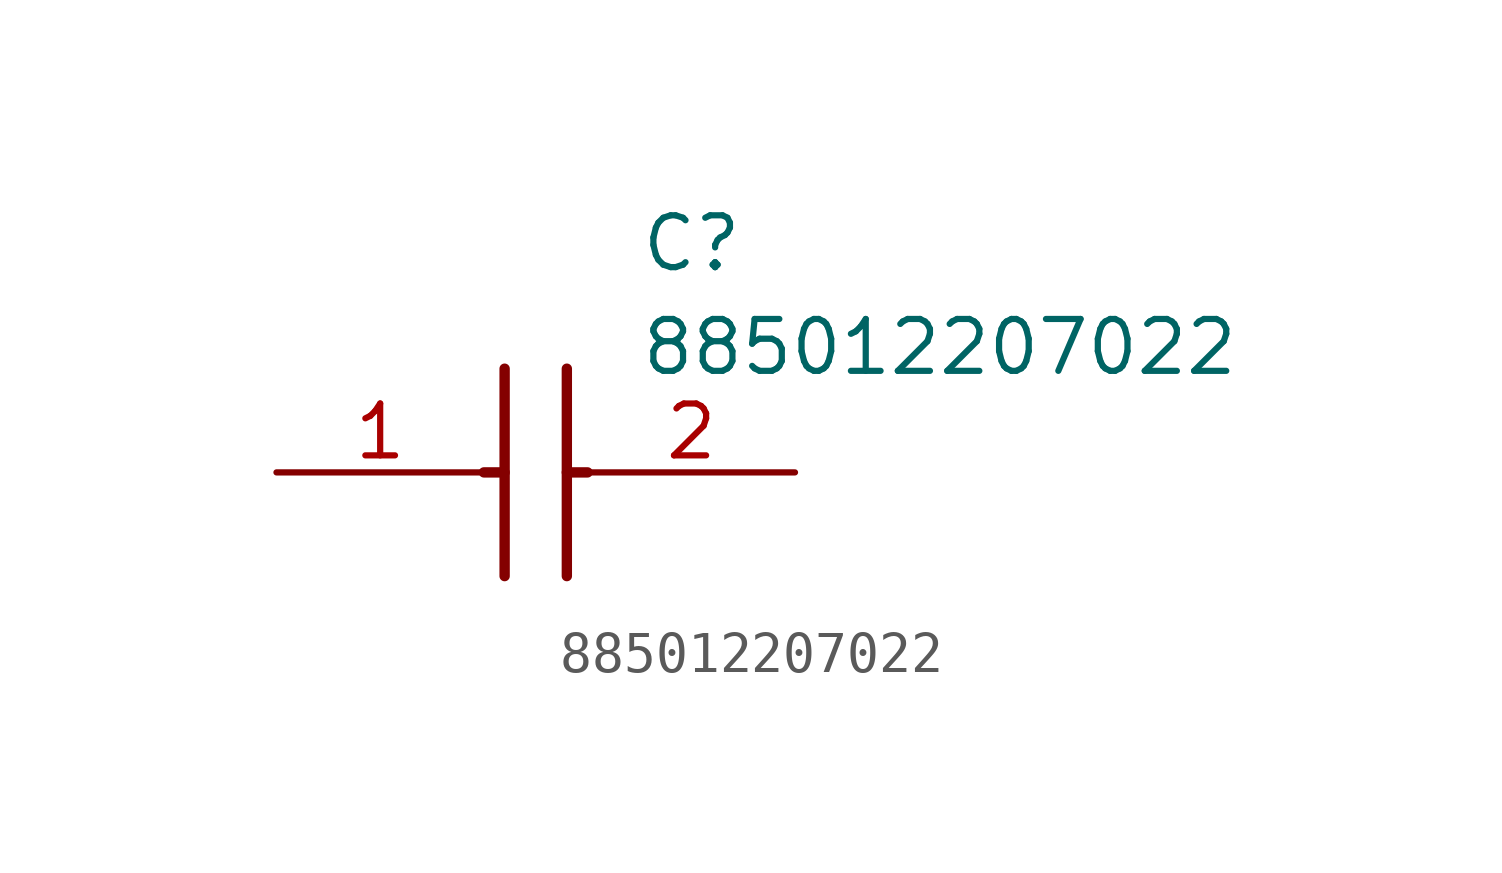
<source format=kicad_sym>
(kicad_symbol_lib
  (version 20211014)
  (generator SamacSys_ECAD_Model)
  (symbol "885012207022"
    (pin_names hide)
    (property "Reference" "C"
      (at 8.89 6.35 0)
      (effects (font (size 1.27 1.27)) (justify left top)))
    (property "Value" "885012207022"
      (at 8.89 3.81 0)
      (effects (font (size 1.27 1.27)) (justify left top)))
    (polyline
      (pts (xy 5.588 2.54) (xy 5.588 -2.54))
      (stroke (width 0.254) (type default))
      (fill (type none)))
    (polyline
      (pts (xy 7.112 2.54) (xy 7.112 -2.54))
      (stroke (width 0.254) (type default))
      (fill (type none)))
    (polyline
      (pts (xy 5.08 0) (xy 5.588 0))
      (stroke (width 0.254) (type default))
      (fill (type none)))
    (polyline
      (pts (xy 7.112 0) (xy 7.62 0))
      (stroke (width 0.254) (type default))
      (fill (type none)))
    (pin passive line
      (at 0 0 0)
      (length 5.08)
      (name "1" (effects (font (size 1.27 1.27))))
      (number "1" (effects (font (size 1.27 1.27)))))
    (pin passive line
      (at 12.7 0 180)
      (length 5.08)
      (name "2" (effects (font (size 1.27 1.27))))
      (number "2" (effects (font (size 1.27 1.27)))))))
</source>
